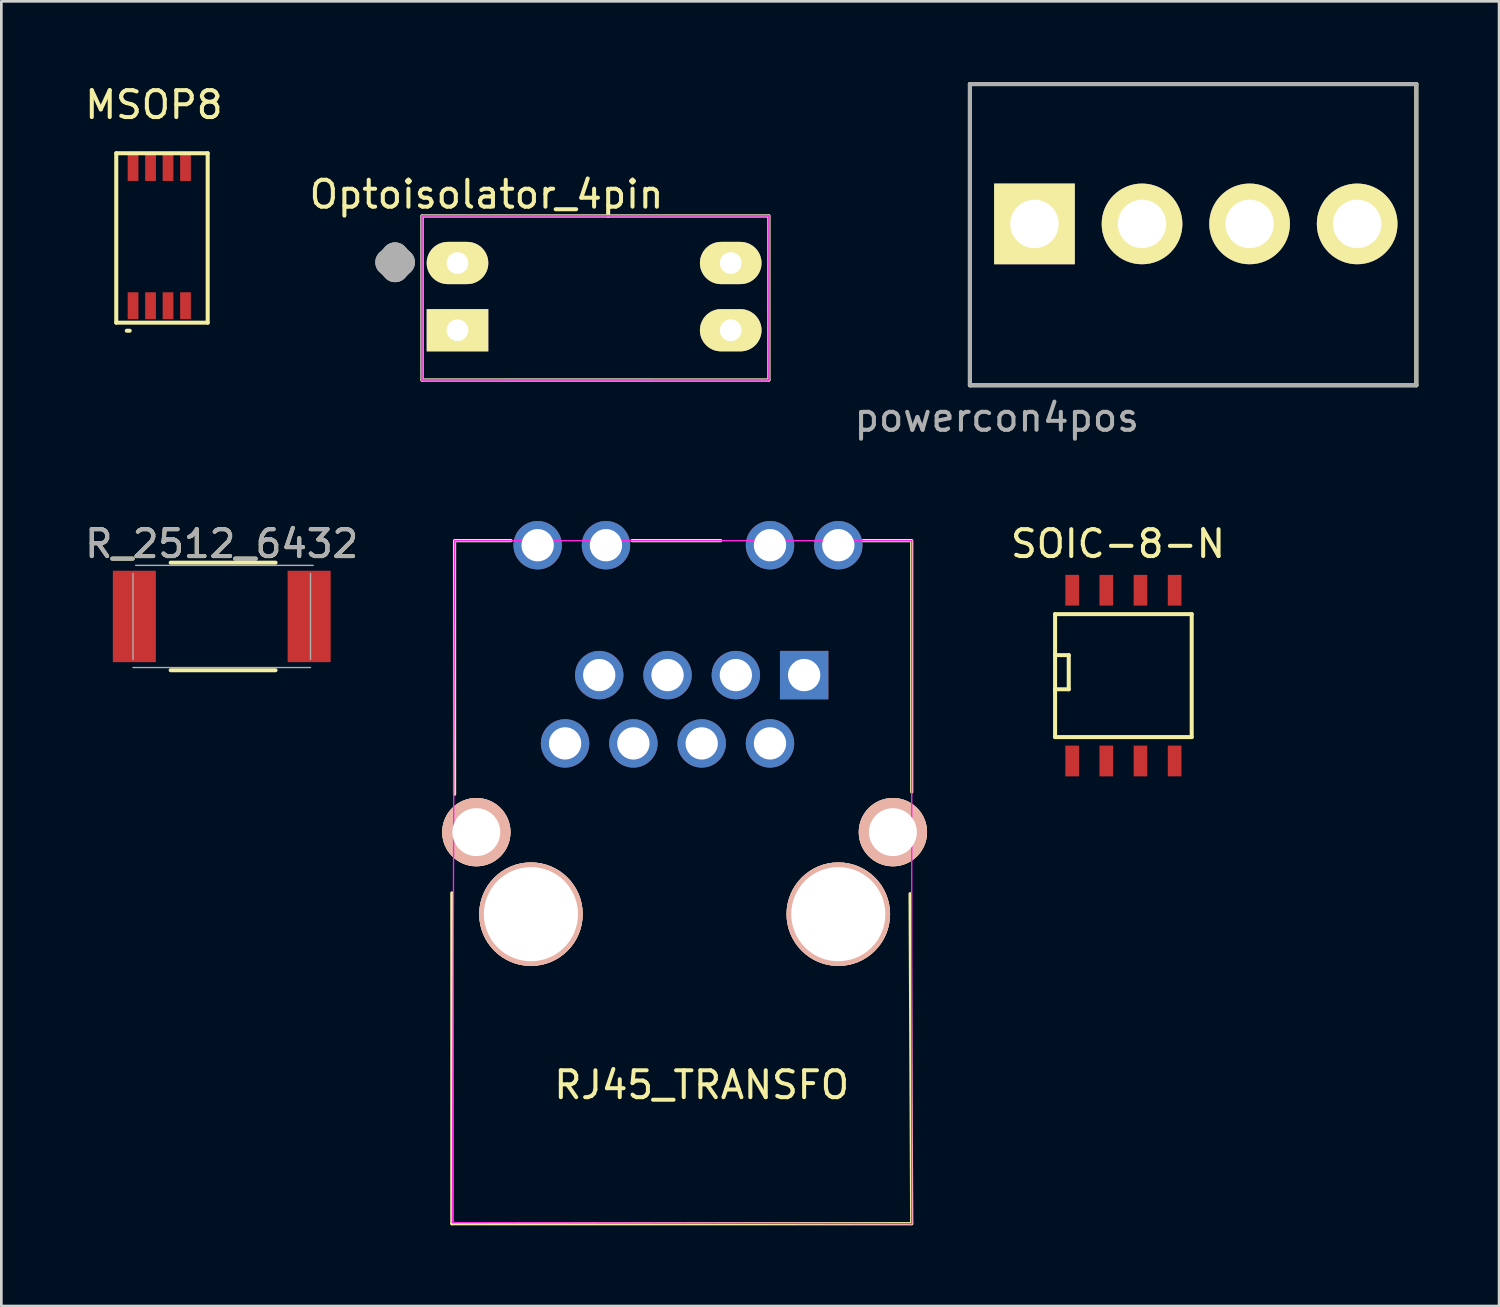
<source format=kicad_pcb>
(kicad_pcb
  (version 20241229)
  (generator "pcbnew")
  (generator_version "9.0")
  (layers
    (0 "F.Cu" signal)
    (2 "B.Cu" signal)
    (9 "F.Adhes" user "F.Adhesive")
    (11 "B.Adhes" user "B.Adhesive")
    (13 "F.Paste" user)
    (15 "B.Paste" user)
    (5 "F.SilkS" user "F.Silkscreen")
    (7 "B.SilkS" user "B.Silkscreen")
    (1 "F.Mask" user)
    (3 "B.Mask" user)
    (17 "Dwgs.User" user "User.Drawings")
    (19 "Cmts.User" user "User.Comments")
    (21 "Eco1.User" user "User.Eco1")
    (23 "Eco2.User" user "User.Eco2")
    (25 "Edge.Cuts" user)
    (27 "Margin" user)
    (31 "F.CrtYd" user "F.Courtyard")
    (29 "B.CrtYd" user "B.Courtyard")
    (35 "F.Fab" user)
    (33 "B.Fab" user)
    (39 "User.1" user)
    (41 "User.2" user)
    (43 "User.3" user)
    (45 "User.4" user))
  (footprint "powercon4pos"
    (layer "F.Cu")
    (at 41.417 5.276)
    (property "Reference" "powercon4pos" (at -7.4 7.2 180) (layer "F.Fab") (effects (font (size 1 1) (thickness 0.15))))
    (attr through_hole)
    (fp_line (start -8.4 -5.2) (end 8.2 -5.2) (stroke (width 0.15) (type solid)) (layer "F.SilkS"))
    (fp_line (start -8.4 6) (end -8.4 -5.2) (stroke (width 0.15) (type solid)) (layer "F.SilkS"))
    (fp_line (start -8.4 6) (end 8.2 6) (stroke (width 0.15) (type solid)) (layer "F.SilkS"))
    (fp_line (start 8.2 6) (end 8.2 -5.2) (stroke (width 0.15) (type solid)) (layer "F.SilkS"))
    (fp_line (start -8.4 -5.2) (end 8.2 -5.2) (stroke (width 0.152) (type solid)) (layer "F.Fab"))
    (fp_line (start -8.4 6) (end -8.4 -5.2) (stroke (width 0.152) (type solid)) (layer "F.Fab"))
    (fp_line (start 8.2 -5.2) (end 8.2 6) (stroke (width 0.152) (type solid)) (layer "F.Fab"))
    (fp_line (start 8.2 6) (end -8.4 6) (stroke (width 0.152) (type solid)) (layer "F.Fab"))
    (pad "1" thru_hole rect (at -6 0 90) (size 3 3) (drill 1.8) (layers "*.Cu" "*.Mask" "F.SilkS"))
    (pad "2" thru_hole oval (at -2 0 90) (size 3 3) (drill 1.8) (layers "*.Cu" "*.Mask" "F.SilkS"))
    (pad "3" thru_hole oval (at 2 0 90) (size 3 3) (drill 1.8) (layers "*.Cu" "*.Mask" "F.SilkS"))
    (pad "4" thru_hole oval (at 6 0 90) (size 3 3) (drill 1.8) (layers "*.Cu" "*.Mask" "F.SilkS")))
  (footprint "R_2512_6432"
    (layer "F.Cu")
    (at 5.196 19.873)
    (property "Reference" "R_2512_6432" (at 0 -2.7 0) (layer "F.SilkS") (effects (font (size 1 1) (thickness 0.15))))
    (attr smd)
    (fp_line (start -1.9 -2) (end 2 -2) (stroke (width 0.15) (type solid)) (layer "F.SilkS"))
    (fp_line (start 2 2) (end -1.9 2) (stroke (width 0.15) (type solid)) (layer "F.SilkS"))
    (fp_line (start -3.3 -1.6) (end -3.3 1.6) (stroke (width 0.051) (type solid)) (layer "F.Fab"))
    (fp_line (start -3.3 1.9) (end 3.3 1.9) (stroke (width 0.051) (type solid)) (layer "F.Fab"))
    (fp_line (start 3.3 1.6) (end 3.3 -1.6) (stroke (width 0.051) (type solid)) (layer "F.Fab"))
    (fp_line (start 3.4 -1.9) (end -3.2 -1.9) (stroke (width 0.051) (type solid)) (layer "F.Fab"))
    (fp_text user "${REFERENCE}" (at 0 -2.7 0) (layer "F.Fab") (effects (font (size 1 1) (thickness 0.15))))
    (pad "1" smd rect (at -3.25 0) (size 1.6 3.4) (layers "F.Cu" "F.Mask" "F.Paste"))
    (pad "2" smd rect (at 3.25 0) (size 1.6 3.4) (layers "F.Cu" "F.Mask" "F.Paste")))
  (footprint "SOIC-8-N"
    (layer "F.Cu")
    (at 38.724 22.073)
    (property "Reference" "SOIC-8-N" (at -0.2 -4.9 0) (layer "F.SilkS") (effects (font (size 1 1) (thickness 0.15))))
    (attr smd)
    (fp_line (start -2.54 -2.286) (end 2.54 -2.286) (stroke (width 0.15) (type solid)) (layer "F.SilkS"))
    (fp_line (start -2.54 -0.762) (end -2.032 -0.762) (stroke (width 0.15) (type solid)) (layer "F.SilkS"))
    (fp_line (start -2.54 2.286) (end -2.54 -2.286) (stroke (width 0.15) (type solid)) (layer "F.SilkS"))
    (fp_line (start -2.032 -0.762) (end -2.032 0.508) (stroke (width 0.15) (type solid)) (layer "F.SilkS"))
    (fp_line (start -2.032 0.508) (end -2.54 0.508) (stroke (width 0.15) (type solid)) (layer "F.SilkS"))
    (fp_line (start 2.54 -2.286) (end 2.54 2.286) (stroke (width 0.15) (type solid)) (layer "F.SilkS"))
    (fp_line (start 2.54 2.286) (end -2.54 2.286) (stroke (width 0.15) (type solid)) (layer "F.SilkS"))
    (pad "1" smd rect (at -1.905 3.175) (size 0.508 1.143) (layers "F.Cu" "F.Mask" "F.Paste"))
    (pad "2" smd rect (at -0.635 3.175) (size 0.508 1.143) (layers "F.Cu" "F.Mask" "F.Paste"))
    (pad "3" smd rect (at 0.635 3.175) (size 0.508 1.143) (layers "F.Cu" "F.Mask" "F.Paste"))
    (pad "4" smd rect (at 1.905 3.175) (size 0.508 1.143) (layers "F.Cu" "F.Mask" "F.Paste"))
    (pad "5" smd rect (at 1.905 -3.175) (size 0.508 1.143) (layers "F.Cu" "F.Mask" "F.Paste"))
    (pad "6" smd rect (at 0.635 -3.175) (size 0.508 1.143) (layers "F.Cu" "F.Mask" "F.Paste"))
    (pad "7" smd rect (at -0.635 -3.175) (size 0.508 1.143) (layers "F.Cu" "F.Mask" "F.Paste"))
    (pad "8" smd rect (at -1.905 -3.175) (size 0.508 1.143) (layers "F.Cu" "F.Mask" "F.Paste")))
  (footprint "Optoisolator_4pin"
    (layer "F.Cu")
    (at 19.042 7.98)
    (property "Reference" "Optoisolator_4pin" (at -4 -3.8 180) (layer "F.SilkS") (effects (font (size 1 1) (thickness 0.15))))
    (attr through_hole)
    (fp_line (start -6.4 -3) (end 6.5 -3) (stroke (width 0.12) (type solid)) (layer "F.SilkS"))
    (fp_line (start -6.4 3.1) (end -6.4 -3) (stroke (width 0.12) (type solid)) (layer "F.SilkS"))
    (fp_line (start 6.5 -3) (end 6.5 3.1) (stroke (width 0.12) (type solid)) (layer "F.SilkS"))
    (fp_line (start 6.5 3.1) (end -6.4 3.1) (stroke (width 0.12) (type solid)) (layer "F.SilkS"))
    (fp_line (start -6.4 -3) (end -6.4 3.1) (stroke (width 0.05) (type solid)) (layer "F.CrtYd"))
    (fp_line (start -6.4 -3) (end 6.54 -3) (stroke (width 0.05) (type solid)) (layer "F.CrtYd"))
    (fp_line (start 6.5 3.1) (end -6.4 3.1) (stroke (width 0.05) (type solid)) (layer "F.CrtYd"))
    (fp_line (start 6.5 3.1) (end 6.5 -3) (stroke (width 0.05) (type solid)) (layer "F.CrtYd"))
    (fp_line (start -6.4 -3) (end -6.4 3.1) (stroke (width 0.1) (type solid)) (layer "F.Fab"))
    (fp_line (start -6.4 -3) (end 6.5 -3) (stroke (width 0.1) (type solid)) (layer "F.Fab"))
    (fp_line (start -6.4 2.86) (end -6.4 -3) (stroke (width 0.1) (type solid)) (layer "F.Fab"))
    (fp_line (start -6.4 3.1) (end 6.5 3.1) (stroke (width 0.1) (type solid)) (layer "F.Fab"))
    (fp_line (start 2.2 3.1) (end -3.35 3.1) (stroke (width 0.1) (type solid)) (layer "F.Fab"))
    (fp_line (start 6.5 -3) (end 6.5 3.1) (stroke (width 0.1) (type solid)) (layer "F.Fab"))
    (fp_text user "." (at -7.4 -3.3 0) (layer "F.Fab") (effects (font (size 5 5) (thickness 1))))
    (pad "1" thru_hole oval (at -5.08 -1.25) (size 2.29 1.57) (drill 0.81) (layers "*.Cu" "*.Mask" "F.SilkS"))
    (pad "2" thru_hole rect (at -5.08 1.25) (size 2.29 1.57) (drill 0.81) (layers "*.Cu" "*.Mask" "F.SilkS"))
    (pad "3" thru_hole oval (at 5.08 1.25) (size 2.29 1.57) (drill 0.81) (layers "*.Cu" "*.Mask" "F.SilkS"))
    (pad "4" thru_hole oval (at 5.08 -1.25) (size 2.29 1.57) (drill 0.81) (layers "*.Cu" "*.Mask" "F.SilkS")))
  (footprint "MSOP8"
    (layer "F.Cu")
    (at 2.873 5.748)
    (property "Reference" "MSOP8" (at -0.2 -4.9 0) (layer "F.SilkS") (effects (font (size 1 1) (thickness 0.15))))
    (attr smd)
    (fp_line (start -1.6 -3.1) (end 1.8 -3.1) (stroke (width 0.15) (type solid)) (layer "F.SilkS"))
    (fp_line (start -1.6 3.2) (end -1.6 -3.1) (stroke (width 0.15) (type solid)) (layer "F.SilkS"))
    (fp_line (start -1.1 3.5) (end -1.208 3.5) (stroke (width 0.15) (type solid)) (layer "F.SilkS"))
    (fp_line (start 1.8 -3.1) (end 1.8 3.2) (stroke (width 0.15) (type solid)) (layer "F.SilkS"))
    (fp_line (start 1.8 3.2) (end -1.6 3.2) (stroke (width 0.15) (type solid)) (layer "F.SilkS"))
    (pad "1" smd rect (at -0.975 2.57) (size 0.4 1) (layers "F.Cu" "F.Mask" "F.Paste"))
    (pad "2" smd rect (at -0.325 2.57) (size 0.4 1) (layers "F.Cu" "F.Mask" "F.Paste"))
    (pad "3" smd rect (at 0.325 2.57) (size 0.4 1) (layers "F.Cu" "F.Mask" "F.Paste"))
    (pad "4" smd rect (at 0.975 2.57) (size 0.4 1) (layers "F.Cu" "F.Mask" "F.Paste"))
    (pad "5" smd rect (at 0.975 -2.57) (size 0.4 1) (layers "F.Cu" "F.Mask" "F.Paste"))
    (pad "6" smd rect (at 0.325 -2.57) (size 0.4 1) (layers "F.Cu" "F.Mask" "F.Paste"))
    (pad "7" smd rect (at -0.325 -2.57) (size 0.4 1) (layers "F.Cu" "F.Mask" "F.Paste"))
    (pad "8" smd rect (at -0.975 -2.57) (size 0.4 1) (layers "F.Cu" "F.Mask" "F.Paste")))
  (footprint "RJ45_TRANSFO"
    (layer "F.Cu")
    (at 26.853 22.054)
    (property "Reference" "RJ45_TRANSFO" (at -3.81 15.24 0) (layer "F.SilkS") (effects (font (size 1 1) (thickness 0.15))))
    (attr through_hole)
    (fp_line (start -13.1 20.4) (end -13.1 8.1) (stroke (width 0.12) (type solid)) (layer "F.SilkS"))
    (fp_line (start -13.1 20.4) (end 4 20.4) (stroke (width 0.12) (type solid)) (layer "F.SilkS"))
    (fp_line (start -13 -5) (end -10.9 -5) (stroke (width 0.12) (type solid)) (layer "F.SilkS"))
    (fp_line (start -13 -4.95) (end -13 4.43) (stroke (width 0.12) (type solid)) (layer "F.SilkS"))
    (fp_line (start -6.4 -5) (end -3.1 -5) (stroke (width 0.12) (type solid)) (layer "F.SilkS"))
    (fp_line (start 4 -5) (end 2.2 -5) (stroke (width 0.12) (type solid)) (layer "F.SilkS"))
    (fp_line (start 4 -4.95) (end 4 4.35) (stroke (width 0.12) (type solid)) (layer "F.SilkS"))
    (fp_line (start 4 20.4) (end 3.94 8.13) (stroke (width 0.12) (type solid)) (layer "F.SilkS"))
    (fp_line (start -13 -5) (end -13.08 20.36) (stroke (width 0.05) (type solid)) (layer "F.CrtYd"))
    (fp_line (start -13 -5) (end 4 -5) (stroke (width 0.05) (type solid)) (layer "F.CrtYd"))
    (fp_line (start 4 20.4) (end -13.08 20.36) (stroke (width 0.05) (type solid)) (layer "F.CrtYd"))
    (fp_line (start 4 20.4) (end 4 -5) (stroke (width 0.05) (type solid)) (layer "F.CrtYd"))
    (pad "1" thru_hole rect (at 0 0) (size 1.8 1.8) (drill 1.2) (layers "*.Cu" "*.Mask"))
    (pad "2" thru_hole circle (at -1.27 2.54) (size 1.8 1.8) (drill 1.2) (layers "*.Cu" "*.Mask"))
    (pad "3" thru_hole circle (at -2.54 0) (size 1.8 1.8) (drill 1.2) (layers "*.Cu" "*.Mask"))
    (pad "4" thru_hole circle (at -3.81 2.54) (size 1.8 1.8) (drill 1.2) (layers "*.Cu" "*.Mask"))
    (pad "5" thru_hole circle (at -5.08 0) (size 1.8 1.8) (drill 1.2) (layers "*.Cu" "*.Mask"))
    (pad "6" thru_hole circle (at -6.35 2.54) (size 1.8 1.8) (drill 1.2) (layers "*.Cu" "*.Mask"))
    (pad "7" thru_hole circle (at -7.62 0) (size 1.8 1.8) (drill 1.2) (layers "*.Cu" "*.Mask"))
    (pad "8" thru_hole circle (at -8.89 2.54) (size 1.8 1.8) (drill 1.2) (layers "*.Cu" "*.Mask"))
    (pad "13" thru_hole circle (at -12.19 5.84) (size 2.54 2.54) (drill 1.78) (layers "*.Cu" "*.SilkS" "*.Mask"))
    (pad "13" thru_hole circle (at 3.3 5.84) (size 2.54 2.54) (drill 1.78) (layers "*.Cu" "*.SilkS" "*.Mask"))
    (pad "GA" thru_hole circle (at -1.27 -4.83) (size 1.8 1.8) (drill 1.2) (layers "*.Cu" "*.Mask"))
    (pad "GK" thru_hole circle (at 1.27 -4.83) (size 1.8 1.8) (drill 1.2) (layers "*.Cu" "*.Mask"))
    (pad "Hole" thru_hole circle (at -10.16 8.89) (size 3.85 3.85) (drill 3.5) (layers "*.Cu" "*.SilkS" "*.Mask"))
    (pad "Hole" thru_hole circle (at 1.27 8.89) (size 3.85 3.85) (drill 3.5) (layers "*.Cu" "*.SilkS" "*.Mask"))
    (pad "YA" thru_hole circle (at -9.91 -4.83) (size 1.8 1.8) (drill 1.2) (layers "*.Cu" "*.Mask"))
    (pad "YK" thru_hole circle (at -7.37 -4.83) (size 1.8 1.8) (drill 1.2) (layers "*.Cu" "*.Mask")))
  (gr_rect
    (start -3 -3)
    (end 52.694 45.514)
    (stroke (width 0.1) (type default))
    (fill no)
    (layer "Edge.Cuts")))
</source>
